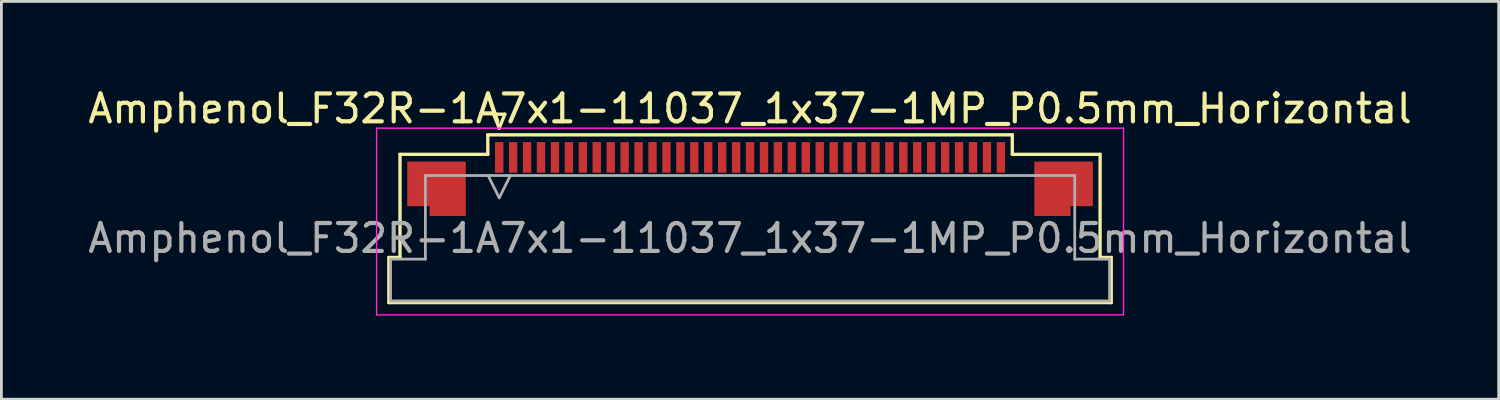
<source format=kicad_pcb>
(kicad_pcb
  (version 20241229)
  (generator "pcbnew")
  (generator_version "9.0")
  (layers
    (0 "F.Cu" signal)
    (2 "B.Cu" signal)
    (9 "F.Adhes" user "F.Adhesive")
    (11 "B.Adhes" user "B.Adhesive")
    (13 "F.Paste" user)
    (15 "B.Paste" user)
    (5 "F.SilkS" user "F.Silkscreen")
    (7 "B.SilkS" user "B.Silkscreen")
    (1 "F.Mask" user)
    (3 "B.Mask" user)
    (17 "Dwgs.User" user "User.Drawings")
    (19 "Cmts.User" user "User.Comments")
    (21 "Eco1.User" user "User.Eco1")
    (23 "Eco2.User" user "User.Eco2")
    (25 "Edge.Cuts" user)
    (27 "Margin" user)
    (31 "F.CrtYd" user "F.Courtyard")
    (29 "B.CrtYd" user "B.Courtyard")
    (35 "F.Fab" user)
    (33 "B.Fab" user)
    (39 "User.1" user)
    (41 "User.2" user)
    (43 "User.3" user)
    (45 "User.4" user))
  (footprint "Amphenol_F32R-1A7x1-11037_1x37-1MP_P0.5mm_Horizontal"
    (layer "F.Cu")
    (at 23.863 5.498)
    (property "Reference" "Amphenol_F32R-1A7x1-11037_1x37-1MP_P0.5mm_Horizontal" (at 0 -4.65 0) (layer "F.SilkS") (effects (font (size 1 1) (thickness 0.15))))
    (attr smd)
    (fp_line (start -12.96 0.69) (end -12.56 0.69) (stroke (width 0.12) (type solid)) (layer "F.SilkS"))
    (fp_line (start -12.96 2.31) (end -12.96 0.69) (stroke (width 0.12) (type solid)) (layer "F.SilkS"))
    (fp_line (start -12.56 -3.01) (end -9.41 -3.01) (stroke (width 0.12) (type solid)) (layer "F.SilkS"))
    (fp_line (start -12.56 0.69) (end -12.56 -3.01) (stroke (width 0.12) (type solid)) (layer "F.SilkS"))
    (fp_line (start -9.41 -3.71) (end 9.41 -3.71) (stroke (width 0.12) (type solid)) (layer "F.SilkS"))
    (fp_line (start -9.41 -3.01) (end -9.41 -3.71) (stroke (width 0.12) (type solid)) (layer "F.SilkS"))
    (fp_line (start -9.2 -4.45) (end -9 -3.95) (stroke (width 0.12) (type solid)) (layer "F.SilkS"))
    (fp_line (start -9 -3.95) (end -8.8 -4.45) (stroke (width 0.12) (type solid)) (layer "F.SilkS"))
    (fp_line (start -8.8 -4.45) (end -9.2 -4.45) (stroke (width 0.12) (type solid)) (layer "F.SilkS"))
    (fp_line (start 9.41 -3.71) (end 9.41 -3.01) (stroke (width 0.12) (type solid)) (layer "F.SilkS"))
    (fp_line (start 9.41 -3.01) (end 12.56 -3.01) (stroke (width 0.12) (type solid)) (layer "F.SilkS"))
    (fp_line (start 12.56 -3.01) (end 12.56 0.69) (stroke (width 0.12) (type solid)) (layer "F.SilkS"))
    (fp_line (start 12.56 0.69) (end 12.96 0.69) (stroke (width 0.12) (type solid)) (layer "F.SilkS"))
    (fp_line (start 12.96 0.69) (end 12.96 2.31) (stroke (width 0.12) (type solid)) (layer "F.SilkS"))
    (fp_line (start 12.96 2.31) (end -12.96 2.31) (stroke (width 0.12) (type solid)) (layer "F.SilkS"))
    (fp_line (start -13.4 -3.95) (end -13.4 2.75) (stroke (width 0.05) (type solid)) (layer "F.CrtYd"))
    (fp_line (start -13.4 2.75) (end 13.4 2.75) (stroke (width 0.05) (type solid)) (layer "F.CrtYd"))
    (fp_line (start 13.4 -3.95) (end -13.4 -3.95) (stroke (width 0.05) (type solid)) (layer "F.CrtYd"))
    (fp_line (start 13.4 2.75) (end 13.4 -3.95) (stroke (width 0.05) (type solid)) (layer "F.CrtYd"))
    (fp_line (start -12.9 0.75) (end -11.65 0.75) (stroke (width 0.1) (type solid)) (layer "F.Fab"))
    (fp_line (start -12.9 2.25) (end -12.9 0.75) (stroke (width 0.1) (type solid)) (layer "F.Fab"))
    (fp_line (start -11.65 -2.25) (end 11.65 -2.25) (stroke (width 0.1) (type solid)) (layer "F.Fab"))
    (fp_line (start -11.65 0.75) (end -11.65 -2.25) (stroke (width 0.1) (type solid)) (layer "F.Fab"))
    (fp_line (start -9.4 -2.25) (end -9 -1.45) (stroke (width 0.1) (type solid)) (layer "F.Fab"))
    (fp_line (start -9 -1.45) (end -8.6 -2.25) (stroke (width 0.1) (type solid)) (layer "F.Fab"))
    (fp_line (start 11.65 -2.25) (end 11.65 0.75) (stroke (width 0.1) (type solid)) (layer "F.Fab"))
    (fp_line (start 11.65 0.75) (end 12.9 0.75) (stroke (width 0.1) (type solid)) (layer "F.Fab"))
    (fp_line (start 12.9 0.75) (end 12.9 2.25) (stroke (width 0.1) (type solid)) (layer "F.Fab"))
    (fp_line (start 12.9 2.25) (end -12.9 2.25) (stroke (width 0.1) (type solid)) (layer "F.Fab"))
    (fp_text user "${REFERENCE}" (at 0 0 0) (layer "F.Fab") (effects (font (size 1 1) (thickness 0.15))))
    (pad "1" smd rect (at -9 -2.9) (size 0.3 1.1) (layers "F.Cu" "F.Mask" "F.Paste"))
    (pad "2" smd rect (at -8.5 -2.9) (size 0.3 1.1) (layers "F.Cu" "F.Mask" "F.Paste"))
    (pad "3" smd rect (at -8 -2.9) (size 0.3 1.1) (layers "F.Cu" "F.Mask" "F.Paste"))
    (pad "4" smd rect (at -7.5 -2.9) (size 0.3 1.1) (layers "F.Cu" "F.Mask" "F.Paste"))
    (pad "5" smd rect (at -7 -2.9) (size 0.3 1.1) (layers "F.Cu" "F.Mask" "F.Paste"))
    (pad "6" smd rect (at -6.5 -2.9) (size 0.3 1.1) (layers "F.Cu" "F.Mask" "F.Paste"))
    (pad "7" smd rect (at -6 -2.9) (size 0.3 1.1) (layers "F.Cu" "F.Mask" "F.Paste"))
    (pad "8" smd rect (at -5.5 -2.9) (size 0.3 1.1) (layers "F.Cu" "F.Mask" "F.Paste"))
    (pad "9" smd rect (at -5 -2.9) (size 0.3 1.1) (layers "F.Cu" "F.Mask" "F.Paste"))
    (pad "10" smd rect (at -4.5 -2.9) (size 0.3 1.1) (layers "F.Cu" "F.Mask" "F.Paste"))
    (pad "11" smd rect (at -4 -2.9) (size 0.3 1.1) (layers "F.Cu" "F.Mask" "F.Paste"))
    (pad "12" smd rect (at -3.5 -2.9) (size 0.3 1.1) (layers "F.Cu" "F.Mask" "F.Paste"))
    (pad "13" smd rect (at -3 -2.9) (size 0.3 1.1) (layers "F.Cu" "F.Mask" "F.Paste"))
    (pad "14" smd rect (at -2.5 -2.9) (size 0.3 1.1) (layers "F.Cu" "F.Mask" "F.Paste"))
    (pad "15" smd rect (at -2 -2.9) (size 0.3 1.1) (layers "F.Cu" "F.Mask" "F.Paste"))
    (pad "16" smd rect (at -1.5 -2.9) (size 0.3 1.1) (layers "F.Cu" "F.Mask" "F.Paste"))
    (pad "17" smd rect (at -1 -2.9) (size 0.3 1.1) (layers "F.Cu" "F.Mask" "F.Paste"))
    (pad "18" smd rect (at -0.5 -2.9) (size 0.3 1.1) (layers "F.Cu" "F.Mask" "F.Paste"))
    (pad "19" smd rect (at 0 -2.9) (size 0.3 1.1) (layers "F.Cu" "F.Mask" "F.Paste"))
    (pad "20" smd rect (at 0.5 -2.9) (size 0.3 1.1) (layers "F.Cu" "F.Mask" "F.Paste"))
    (pad "21" smd rect (at 1 -2.9) (size 0.3 1.1) (layers "F.Cu" "F.Mask" "F.Paste"))
    (pad "22" smd rect (at 1.5 -2.9) (size 0.3 1.1) (layers "F.Cu" "F.Mask" "F.Paste"))
    (pad "23" smd rect (at 2 -2.9) (size 0.3 1.1) (layers "F.Cu" "F.Mask" "F.Paste"))
    (pad "24" smd rect (at 2.5 -2.9) (size 0.3 1.1) (layers "F.Cu" "F.Mask" "F.Paste"))
    (pad "25" smd rect (at 3 -2.9) (size 0.3 1.1) (layers "F.Cu" "F.Mask" "F.Paste"))
    (pad "26" smd rect (at 3.5 -2.9) (size 0.3 1.1) (layers "F.Cu" "F.Mask" "F.Paste"))
    (pad "27" smd rect (at 4 -2.9) (size 0.3 1.1) (layers "F.Cu" "F.Mask" "F.Paste"))
    (pad "28" smd rect (at 4.5 -2.9) (size 0.3 1.1) (layers "F.Cu" "F.Mask" "F.Paste"))
    (pad "29" smd rect (at 5 -2.9) (size 0.3 1.1) (layers "F.Cu" "F.Mask" "F.Paste"))
    (pad "30" smd rect (at 5.5 -2.9) (size 0.3 1.1) (layers "F.Cu" "F.Mask" "F.Paste"))
    (pad "31" smd rect (at 6 -2.9) (size 0.3 1.1) (layers "F.Cu" "F.Mask" "F.Paste"))
    (pad "32" smd rect (at 6.5 -2.9) (size 0.3 1.1) (layers "F.Cu" "F.Mask" "F.Paste"))
    (pad "33" smd rect (at 7 -2.9) (size 0.3 1.1) (layers "F.Cu" "F.Mask" "F.Paste"))
    (pad "34" smd rect (at 7.5 -2.9) (size 0.3 1.1) (layers "F.Cu" "F.Mask" "F.Paste"))
    (pad "35" smd rect (at 8 -2.9) (size 0.3 1.1) (layers "F.Cu" "F.Mask" "F.Paste"))
    (pad "36" smd rect (at 8.5 -2.9) (size 0.3 1.1) (layers "F.Cu" "F.Mask" "F.Paste"))
    (pad "37" smd rect (at 9 -2.9) (size 0.3 1.1) (layers "F.Cu" "F.Mask" "F.Paste"))
    (pad "MP" smd custom (at -11.25 -1.775) (size 1 1) (layers "F.Cu" "F.Mask" "F.Paste") (options (anchor circle)) (primitives (gr_poly (pts (xy 1.05 -0.975) (xy 1.05 0.975) (xy -0.25 0.975) (xy -0.25 0.625) (xy -1.05 0.625) (xy -1.05 -0.975) (xy 1.05 -0.975)) (width 0) (fill yes))))
    (pad "MP" smd custom (at 11.25 -1.775) (size 1 1) (layers "F.Cu" "F.Mask" "F.Paste") (options (anchor circle)) (primitives (gr_poly (pts (xy -1.05 -0.975) (xy -1.05 0.975) (xy 0.25 0.975) (xy 0.25 0.625) (xy 1.05 0.625) (xy 1.05 -0.975) (xy -1.05 -0.975)) (width 0) (fill yes)))))
  (gr_rect
    (start -3 -3)
    (end 50.726 11.273)
    (stroke (width 0.1) (type default))
    (fill no)
    (layer "Edge.Cuts")))
</source>
